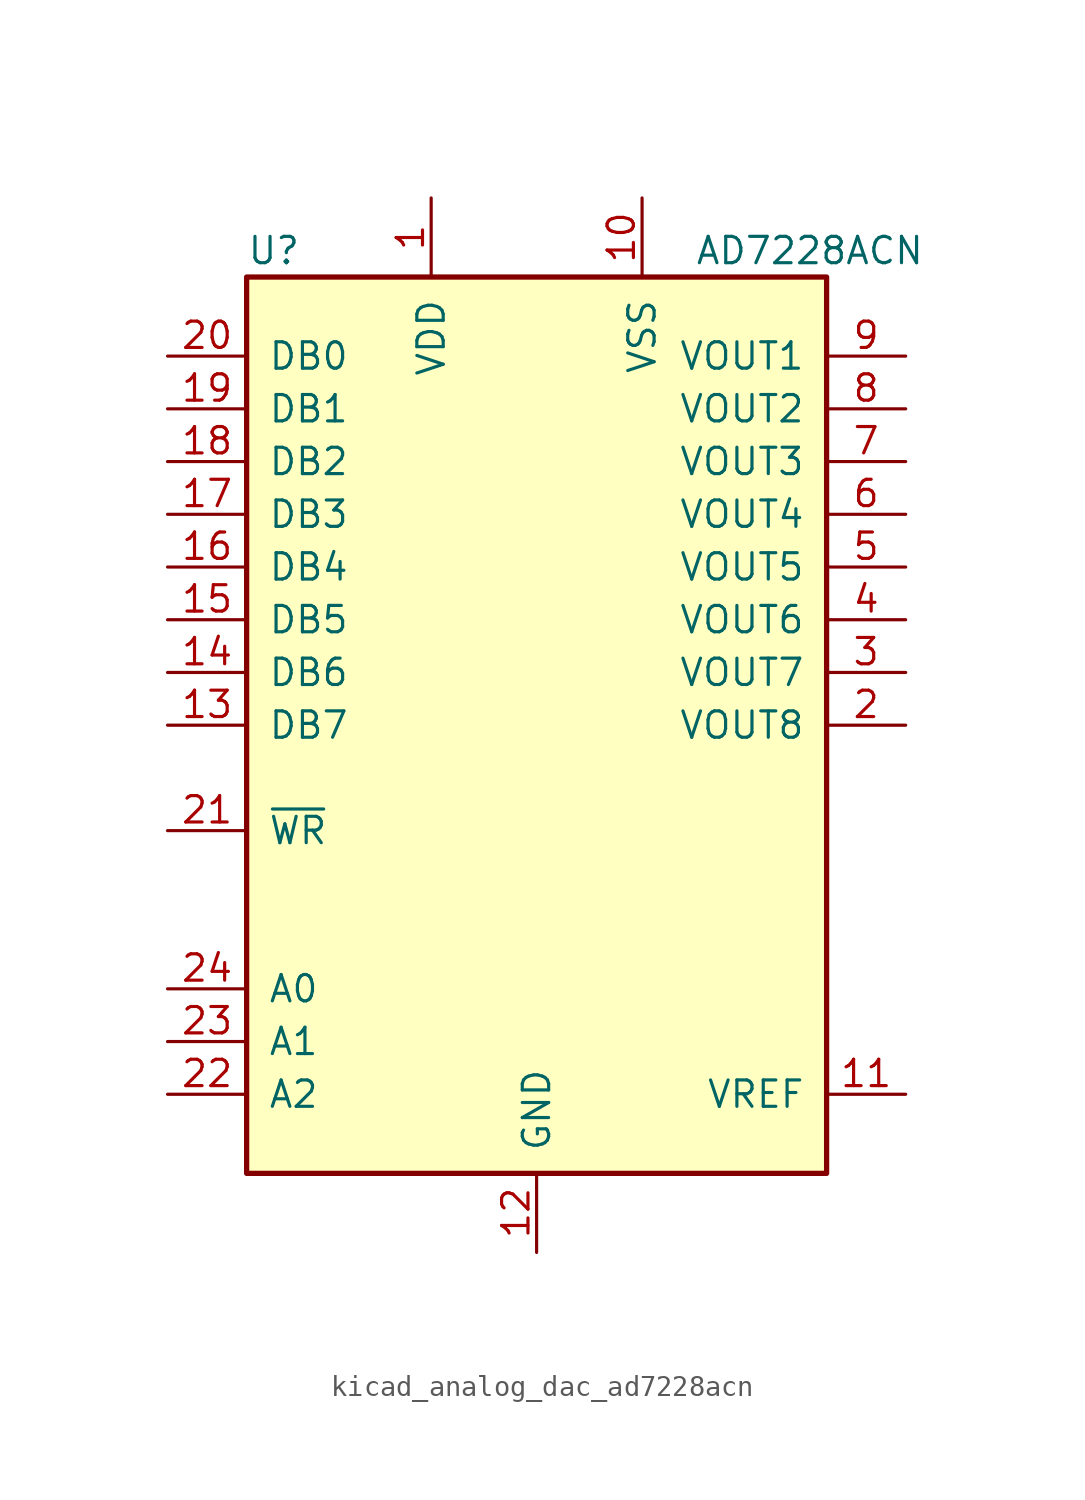
<source format=kicad_sym>
(kicad_symbol_lib
  (version 20220914)
  (generator kicad_symbol_editor)
  (symbol "kicad_analog_dac_ad7228acn"
    (pin_names
      (offset 1.016))
    (property "Reference" "U"
      (at -13.97 22.86 0)
      (effects (font (size 1.27 1.27)) (justify left)))
    (property "Value" "AD7228ACN"
      (at 7.62 22.86 0)
      (effects (font (size 1.27 1.27)) (justify left)))
    (symbol "kicad_analog_dac_ad7228acn_0_1"
      (rectangle (start -13.97 -21.59) (end 13.97 21.59) (stroke (width 0.254) (type default)) (fill (type background))))
    (symbol "kicad_analog_dac_ad7228acn_1_1"
      (pin power_in line (at -5.08 25.4 270) (length 3.81) (name "VDD" (effects (font (size 1.27 1.27)))) (number "1" (effects (font (size 1.27 1.27)))))
      (pin power_in line (at 5.08 25.4 270) (length 3.81) (name "VSS" (effects (font (size 1.27 1.27)))) (number "10" (effects (font (size 1.27 1.27)))))
      (pin passive line (at 17.78 -17.78 180) (length 3.81) (name "VREF" (effects (font (size 1.27 1.27)))) (number "11" (effects (font (size 1.27 1.27)))))
      (pin power_in line (at 0 -25.4 90) (length 3.81) (name "GND" (effects (font (size 1.27 1.27)))) (number "12" (effects (font (size 1.27 1.27)))))
      (pin input line (at -17.78 0 0) (length 3.81) (name "DB7" (effects (font (size 1.27 1.27)))) (number "13" (effects (font (size 1.27 1.27)))))
      (pin input line (at -17.78 2.54 0) (length 3.81) (name "DB6" (effects (font (size 1.27 1.27)))) (number "14" (effects (font (size 1.27 1.27)))))
      (pin input line (at -17.78 5.08 0) (length 3.81) (name "DB5" (effects (font (size 1.27 1.27)))) (number "15" (effects (font (size 1.27 1.27)))))
      (pin input line (at -17.78 7.62 0) (length 3.81) (name "DB4" (effects (font (size 1.27 1.27)))) (number "16" (effects (font (size 1.27 1.27)))))
      (pin input line (at -17.78 10.16 0) (length 3.81) (name "DB3" (effects (font (size 1.27 1.27)))) (number "17" (effects (font (size 1.27 1.27)))))
      (pin input line (at -17.78 12.7 0) (length 3.81) (name "DB2" (effects (font (size 1.27 1.27)))) (number "18" (effects (font (size 1.27 1.27)))))
      (pin input line (at -17.78 15.24 0) (length 3.81) (name "DB1" (effects (font (size 1.27 1.27)))) (number "19" (effects (font (size 1.27 1.27)))))
      (pin output line (at 17.78 0 180) (length 3.81) (name "VOUT8" (effects (font (size 1.27 1.27)))) (number "2" (effects (font (size 1.27 1.27)))))
      (pin input line (at -17.78 17.78 0) (length 3.81) (name "DB0" (effects (font (size 1.27 1.27)))) (number "20" (effects (font (size 1.27 1.27)))))
      (pin input line (at -17.78 -5.08 0) (length 3.81) (name "~{WR}" (effects (font (size 1.27 1.27)))) (number "21" (effects (font (size 1.27 1.27)))))
      (pin input line (at -17.78 -17.78 0) (length 3.81) (name "A2" (effects (font (size 1.27 1.27)))) (number "22" (effects (font (size 1.27 1.27)))))
      (pin input line (at -17.78 -15.24 0) (length 3.81) (name "A1" (effects (font (size 1.27 1.27)))) (number "23" (effects (font (size 1.27 1.27)))))
      (pin input line (at -17.78 -12.7 0) (length 3.81) (name "A0" (effects (font (size 1.27 1.27)))) (number "24" (effects (font (size 1.27 1.27)))))
      (pin output line (at 17.78 2.54 180) (length 3.81) (name "VOUT7" (effects (font (size 1.27 1.27)))) (number "3" (effects (font (size 1.27 1.27)))))
      (pin output line (at 17.78 5.08 180) (length 3.81) (name "VOUT6" (effects (font (size 1.27 1.27)))) (number "4" (effects (font (size 1.27 1.27)))))
      (pin output line (at 17.78 7.62 180) (length 3.81) (name "VOUT5" (effects (font (size 1.27 1.27)))) (number "5" (effects (font (size 1.27 1.27)))))
      (pin output line (at 17.78 10.16 180) (length 3.81) (name "VOUT4" (effects (font (size 1.27 1.27)))) (number "6" (effects (font (size 1.27 1.27)))))
      (pin output line (at 17.78 12.7 180) (length 3.81) (name "VOUT3" (effects (font (size 1.27 1.27)))) (number "7" (effects (font (size 1.27 1.27)))))
      (pin output line (at 17.78 15.24 180) (length 3.81) (name "VOUT2" (effects (font (size 1.27 1.27)))) (number "8" (effects (font (size 1.27 1.27)))))
      (pin output line (at 17.78 17.78 180) (length 3.81) (name "VOUT1" (effects (font (size 1.27 1.27)))) (number "9" (effects (font (size 1.27 1.27))))))))
</source>
